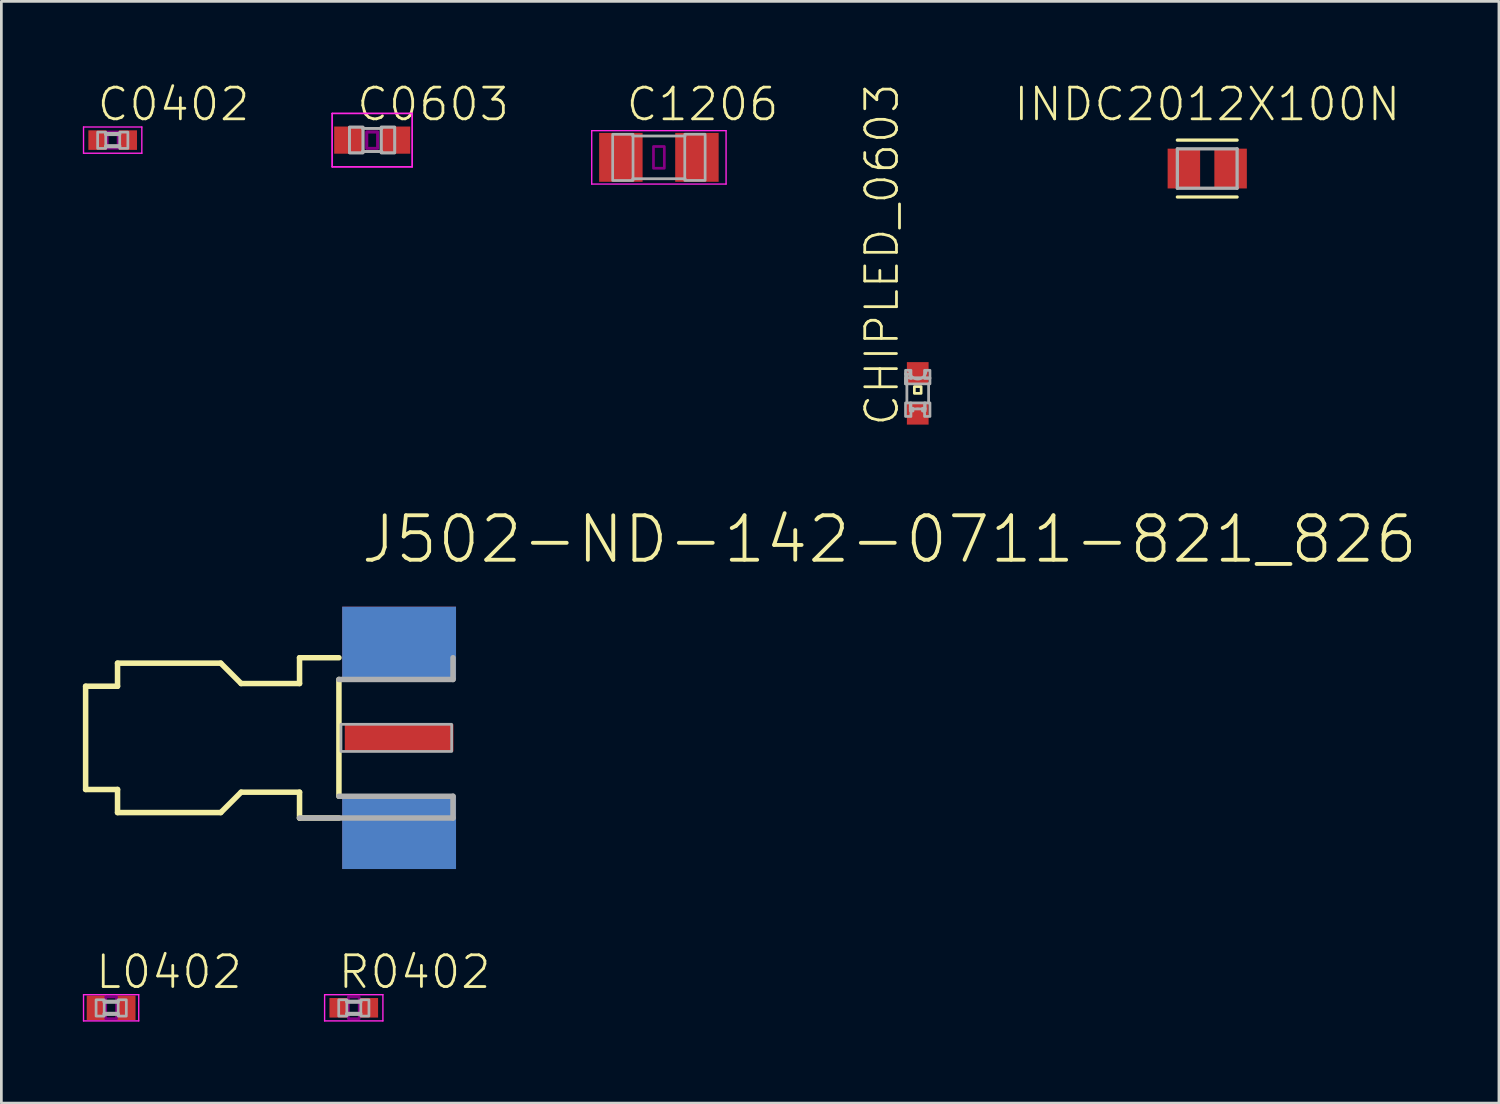
<source format=kicad_pcb>
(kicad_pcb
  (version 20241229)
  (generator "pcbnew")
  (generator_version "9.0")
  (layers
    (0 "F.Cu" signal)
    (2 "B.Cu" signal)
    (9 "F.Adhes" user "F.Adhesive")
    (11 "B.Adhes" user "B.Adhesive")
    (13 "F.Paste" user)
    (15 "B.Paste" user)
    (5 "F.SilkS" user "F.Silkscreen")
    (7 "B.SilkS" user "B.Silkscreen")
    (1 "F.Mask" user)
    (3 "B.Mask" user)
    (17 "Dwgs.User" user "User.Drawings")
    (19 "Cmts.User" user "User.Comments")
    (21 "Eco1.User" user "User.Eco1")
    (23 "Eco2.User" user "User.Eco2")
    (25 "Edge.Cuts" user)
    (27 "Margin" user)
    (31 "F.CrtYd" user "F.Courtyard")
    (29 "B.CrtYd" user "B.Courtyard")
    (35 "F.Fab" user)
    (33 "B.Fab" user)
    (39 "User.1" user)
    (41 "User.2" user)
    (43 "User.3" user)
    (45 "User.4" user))
  (footprint "R0402"
    (layer "F.Cu")
    (at 9.973 34.05)
    (property "Reference" "R0402" (at -0.635 -0.635 0) (layer "F.SilkS") (effects (font (size 1.168 1.168) (thickness 0.102)) (justify left bottom)))
    (fp_poly (pts (xy -0.2 0.4) (xy 0.2 0.4) (xy 0.2 -0.4) (xy -0.2 -0.4)) (stroke (width 0.1) (type solid)) (fill no) (layer "F.Adhes"))
    (fp_line (start -1.073 -0.483) (end 1.073 -0.483) (stroke (width 0.051) (type solid)) (layer "F.CrtYd"))
    (fp_line (start -1.073 0.483) (end -1.073 -0.483) (stroke (width 0.051) (type solid)) (layer "F.CrtYd"))
    (fp_line (start 1.073 -0.483) (end 1.073 0.483) (stroke (width 0.051) (type solid)) (layer "F.CrtYd"))
    (fp_line (start 1.073 0.483) (end -1.073 0.483) (stroke (width 0.051) (type solid)) (layer "F.CrtYd"))
    (fp_line (start -0.245 -0.224) (end 0.245 -0.224) (stroke (width 0.152) (type solid)) (layer "F.Fab"))
    (fp_line (start 0.245 0.224) (end -0.245 0.224) (stroke (width 0.152) (type solid)) (layer "F.Fab"))
    (fp_poly (pts (xy -0.554 0.305) (xy -0.254 0.305) (xy -0.254 -0.295) (xy -0.554 -0.295)) (stroke (width 0.1) (type solid)) (fill no) (layer "F.Fab"))
    (fp_poly (pts (xy 0.259 0.305) (xy 0.559 0.305) (xy 0.559 -0.295) (xy 0.259 -0.295)) (stroke (width 0.1) (type solid)) (fill no) (layer "F.Fab"))
    (pad "1" smd rect (at -0.56 0) (size 0.67 0.72) (layers "F.Cu" "F.Mask" "F.Paste"))
    (pad "2" smd rect (at 0.56 0) (size 0.67 0.72) (layers "F.Cu" "F.Mask" "F.Paste")))
  (footprint "J502-ND-142-0711-821_826"
    (layer "F.Cu")
    (at 9.527 24.113)
    (property "Reference" "J502-ND-142-0711-821_826" (at 0.635 -6.35 0) (layer "F.SilkS") (effects (font (size 1.636 1.636) (thickness 0.142)) (justify left bottom)))
    (fp_line (start -9.425 -1.9) (end -8.25 -1.9) (stroke (width 0.203) (type solid)) (layer "F.SilkS"))
    (fp_line (start -9.425 1.9) (end -9.425 -1.9) (stroke (width 0.203) (type solid)) (layer "F.SilkS"))
    (fp_line (start -8.25 -2.75) (end -4.45 -2.75) (stroke (width 0.203) (type solid)) (layer "F.SilkS"))
    (fp_line (start -8.25 -1.9) (end -8.25 -2.75) (stroke (width 0.203) (type solid)) (layer "F.SilkS"))
    (fp_line (start -8.25 1.9) (end -9.425 1.9) (stroke (width 0.203) (type solid)) (layer "F.SilkS"))
    (fp_line (start -8.25 2.75) (end -8.25 1.9) (stroke (width 0.203) (type solid)) (layer "F.SilkS"))
    (fp_line (start -4.45 -2.75) (end -3.7 -2) (stroke (width 0.203) (type solid)) (layer "F.SilkS"))
    (fp_line (start -4.45 2.75) (end -8.25 2.75) (stroke (width 0.203) (type solid)) (layer "F.SilkS"))
    (fp_line (start -3.7 -2) (end -1.55 -2) (stroke (width 0.203) (type solid)) (layer "F.SilkS"))
    (fp_line (start -3.7 2) (end -4.45 2.75) (stroke (width 0.203) (type solid)) (layer "F.SilkS"))
    (fp_line (start -1.55 -2.95) (end -0.1 -2.95) (stroke (width 0.203) (type solid)) (layer "F.SilkS"))
    (fp_line (start -1.55 -2) (end -1.55 -2.95) (stroke (width 0.203) (type solid)) (layer "F.SilkS"))
    (fp_line (start -1.55 2) (end -3.7 2) (stroke (width 0.203) (type solid)) (layer "F.SilkS"))
    (fp_line (start -1.55 2.95) (end -1.55 2) (stroke (width 0.203) (type solid)) (layer "F.SilkS"))
    (fp_line (start -0.1 2.15) (end -0.1 -2.15) (stroke (width 0.203) (type solid)) (layer "F.SilkS"))
    (fp_line (start -0.1 2.95) (end -1.55 2.95) (stroke (width 0.203) (type solid)) (layer "F.SilkS"))
    (fp_line (start -0.1 -2.15) (end 4.1 -2.15) (stroke (width 0.203) (type solid)) (layer "F.Fab"))
    (fp_line (start 4.1 -2.15) (end 4.1 -2.95) (stroke (width 0.203) (type solid)) (layer "F.Fab"))
    (fp_line (start 4.1 2.15) (end -0.1 2.15) (stroke (width 0.203) (type solid)) (layer "F.Fab"))
    (fp_line (start 4.1 2.95) (end -1.55 2.95) (stroke (width 0.203) (type solid)) (layer "F.Fab"))
    (fp_line (start 4.1 2.95) (end 4.1 2.15) (stroke (width 0.203) (type solid)) (layer "F.Fab"))
    (fp_poly (pts (xy -0.025 0.5) (xy 4.05 0.5) (xy 4.05 -0.5) (xy -0.025 -0.5)) (stroke (width 0.1) (type solid)) (fill no) (layer "F.Fab"))
    (pad "1" smd rect (at 2.115 0) (size 4 1) (layers "F.Cu" "F.Mask" "F.Paste"))
    (pad "G@1" smd rect (at 2.115 -3.495) (size 4.191 2.667) (layers "F.Cu" "F.Mask" "F.Paste"))
    (pad "G@2" smd rect (at 2.115 3.495) (size 4.191 2.667) (layers "F.Cu" "F.Mask" "F.Paste"))
    (pad "G@3" smd rect (at 2.115 -3.495) (size 4.191 2.667) (layers "B.Cu" "B.Mask" "B.Paste"))
    (pad "G@4" smd rect (at 2.115 3.495) (size 4.191 2.667) (layers "B.Cu" "B.Mask" "B.Paste")))
  (footprint "L0402"
    (layer "F.Cu")
    (at 1.041 34.05)
    (property "Reference" "L0402" (at -0.635 -0.635 0) (layer "F.SilkS") (effects (font (size 1.168 1.168) (thickness 0.102)) (justify left bottom)))
    (fp_poly (pts (xy -0.2 0.4) (xy 0.2 0.4) (xy 0.2 -0.4) (xy -0.2 -0.4)) (stroke (width 0.1) (type solid)) (fill no) (layer "F.Adhes"))
    (fp_line (start -1.016 -0.483) (end 1.016 -0.483) (stroke (width 0.051) (type solid)) (layer "F.CrtYd"))
    (fp_line (start -1.016 0.483) (end -1.016 -0.483) (stroke (width 0.051) (type solid)) (layer "F.CrtYd"))
    (fp_line (start 1.016 -0.483) (end 1.016 0.483) (stroke (width 0.051) (type solid)) (layer "F.CrtYd"))
    (fp_line (start 1.016 0.483) (end -1.016 0.483) (stroke (width 0.051) (type solid)) (layer "F.CrtYd"))
    (fp_line (start -0.245 -0.224) (end 0.245 -0.224) (stroke (width 0.152) (type solid)) (layer "F.Fab"))
    (fp_line (start 0.245 0.224) (end -0.245 0.224) (stroke (width 0.152) (type solid)) (layer "F.Fab"))
    (fp_poly (pts (xy -0.554 0.305) (xy -0.254 0.305) (xy -0.254 -0.295) (xy -0.554 -0.295)) (stroke (width 0.1) (type solid)) (fill no) (layer "F.Fab"))
    (fp_poly (pts (xy 0.259 0.305) (xy 0.559 0.305) (xy 0.559 -0.295) (xy 0.259 -0.295)) (stroke (width 0.1) (type solid)) (fill no) (layer "F.Fab"))
    (pad "1" smd rect (at -0.548 0) (size 0.7 0.9) (layers "F.Cu" "F.Mask" "F.Paste"))
    (pad "2" smd rect (at 0.548 0) (size 0.7 0.9) (layers "F.Cu" "F.Mask" "F.Paste")))
  (footprint "C1206"
    (layer "F.Cu")
    (at 21.206 2.743)
    (property "Reference" "C1206" (at -1.27 -1.27 0) (layer "F.SilkS") (effects (font (size 1.168 1.168) (thickness 0.102)) (justify left bottom)))
    (fp_poly (pts (xy -0.2 0.4) (xy 0.2 0.4) (xy 0.2 -0.4) (xy -0.2 -0.4)) (stroke (width 0.1) (type solid)) (fill no) (layer "F.Adhes"))
    (fp_line (start -2.473 -0.983) (end 2.473 -0.983) (stroke (width 0.051) (type solid)) (layer "F.CrtYd"))
    (fp_line (start -2.473 0.983) (end -2.473 -0.983) (stroke (width 0.051) (type solid)) (layer "F.CrtYd"))
    (fp_line (start 2.473 -0.983) (end 2.473 0.983) (stroke (width 0.051) (type solid)) (layer "F.CrtYd"))
    (fp_line (start 2.473 0.983) (end -2.473 0.983) (stroke (width 0.051) (type solid)) (layer "F.CrtYd"))
    (fp_line (start -0.965 -0.787) (end 0.965 -0.787) (stroke (width 0.102) (type solid)) (layer "F.Fab"))
    (fp_line (start -0.965 0.787) (end 0.965 0.787) (stroke (width 0.102) (type solid)) (layer "F.Fab"))
    (fp_poly (pts (xy -1.702 0.851) (xy -0.952 0.851) (xy -0.952 -0.849) (xy -1.702 -0.849)) (stroke (width 0.1) (type solid)) (fill no) (layer "F.Fab"))
    (fp_poly (pts (xy 0.952 0.849) (xy 1.702 0.849) (xy 1.702 -0.851) (xy 0.952 -0.851)) (stroke (width 0.1) (type solid)) (fill no) (layer "F.Fab"))
    (pad "1" smd rect (at -1.4 0) (size 1.6 1.8) (layers "F.Cu" "F.Mask" "F.Paste"))
    (pad "2" smd rect (at 1.4 0) (size 1.6 1.8) (layers "F.Cu" "F.Mask" "F.Paste")))
  (footprint "CHIPLED_0603"
    (layer "F.Cu")
    (at 30.735 11.431)
    (property "Reference" "CHIPLED_0603" (at -0.635 1.27 90) (layer "F.SilkS") (effects (font (size 1.168 1.168) (thickness 0.102)) (justify left bottom)))
    (fp_poly (pts (xy -0.125 0) (xy 0.125 0) (xy 0.125 -0.25) (xy -0.125 -0.25)) (stroke (width 0.1) (type solid)) (fill no) (layer "F.SilkS"))
    (fp_line (start -0.4 -0.375) (end -0.4 0.35) (stroke (width 0.102) (type solid)) (layer "F.Fab"))
    (fp_line (start 0.4 -0.35) (end 0.4 0.35) (stroke (width 0.102) (type solid)) (layer "F.Fab"))
    (fp_arc (start -0.275 0.825) (mid 0 0.55) (end 0.275 0.825) (stroke (width 0.0508) (type solid)) (layer "F.Fab"))
    (fp_arc (start 0.3 -0.799998) (mid -0.000001 -0.524966) (end -0.3 -0.8) (stroke (width 0.1016) (type solid)) (layer "F.Fab"))
    (fp_circle (center -0.35 -0.625) (end -0.275 -0.625) (stroke (width 0.051) (type solid)) (fill no) (layer "F.Fab"))
    (fp_poly (pts (xy -0.45 -0.7) (xy -0.25 -0.7) (xy -0.25 -0.85) (xy -0.45 -0.85)) (stroke (width 0.1) (type solid)) (fill no) (layer "F.Fab"))
    (fp_poly (pts (xy -0.45 -0.35) (xy -0.4 -0.35) (xy -0.4 -0.725) (xy -0.45 -0.725)) (stroke (width 0.1) (type solid)) (fill no) (layer "F.Fab"))
    (fp_poly (pts (xy -0.45 -0.35) (xy 0.45 -0.35) (xy 0.45 -0.575) (xy -0.45 -0.575)) (stroke (width 0.1) (type solid)) (fill no) (layer "F.Fab"))
    (fp_poly (pts (xy -0.45 0.85) (xy -0.25 0.85) (xy -0.25 0.35) (xy -0.45 0.35)) (stroke (width 0.1) (type solid)) (fill no) (layer "F.Fab"))
    (fp_poly (pts (xy -0.275 -0.55) (xy -0.225 -0.55) (xy -0.225 -0.6) (xy -0.275 -0.6)) (stroke (width 0.1) (type solid)) (fill no) (layer "F.Fab"))
    (fp_poly (pts (xy -0.275 0.575) (xy 0.275 0.575) (xy 0.275 0.35) (xy -0.275 0.35)) (stroke (width 0.1) (type solid)) (fill no) (layer "F.Fab"))
    (fp_poly (pts (xy -0.275 0.65) (xy -0.175 0.65) (xy -0.175 0.55) (xy -0.275 0.55)) (stroke (width 0.1) (type solid)) (fill no) (layer "F.Fab"))
    (fp_poly (pts (xy 0.175 0.65) (xy 0.275 0.65) (xy 0.275 0.55) (xy 0.175 0.55)) (stroke (width 0.1) (type solid)) (fill no) (layer "F.Fab"))
    (fp_poly (pts (xy 0.25 -0.55) (xy 0.45 -0.55) (xy 0.45 -0.85) (xy 0.25 -0.85)) (stroke (width 0.1) (type solid)) (fill no) (layer "F.Fab"))
    (fp_poly (pts (xy 0.25 0.85) (xy 0.45 0.85) (xy 0.45 0.35) (xy 0.25 0.35)) (stroke (width 0.1) (type solid)) (fill no) (layer "F.Fab"))
    (pad "A" smd rect (at 0 0.75) (size 0.8 0.8) (layers "F.Cu" "F.Mask" "F.Paste"))
    (pad "C" smd rect (at 0 -0.75) (size 0.8 0.8) (layers "F.Cu" "F.Mask" "F.Paste")))
  (footprint "C0603"
    (layer "F.Cu")
    (at 10.652 2.108)
    (property "Reference" "C0603" (at -0.635 -0.635 0) (layer "F.SilkS") (effects (font (size 1.168 1.168) (thickness 0.102)) (justify left bottom)))
    (fp_poly (pts (xy -0.2 0.3) (xy 0.2 0.3) (xy 0.2 -0.3) (xy -0.2 -0.3)) (stroke (width 0.1) (type solid)) (fill no) (layer "F.Adhes"))
    (fp_poly (pts (xy -0.2 0.3) (xy 0.2 0.3) (xy 0.2 -0.3) (xy -0.2 -0.3)) (stroke (width 0.1) (type solid)) (fill no) (layer "F.Adhes"))
    (fp_line (start -1.473 -0.983) (end 1.473 -0.983) (stroke (width 0.051) (type solid)) (layer "F.CrtYd"))
    (fp_line (start -1.473 -0.983) (end 1.473 -0.983) (stroke (width 0.051) (type solid)) (layer "F.CrtYd"))
    (fp_line (start -1.473 0.983) (end -1.473 -0.983) (stroke (width 0.051) (type solid)) (layer "F.CrtYd"))
    (fp_line (start -1.473 0.983) (end -1.473 -0.983) (stroke (width 0.051) (type solid)) (layer "F.CrtYd"))
    (fp_line (start 1.473 -0.983) (end 1.473 0.983) (stroke (width 0.051) (type solid)) (layer "F.CrtYd"))
    (fp_line (start 1.473 -0.983) (end 1.473 0.983) (stroke (width 0.051) (type solid)) (layer "F.CrtYd"))
    (fp_line (start 1.473 0.983) (end -1.473 0.983) (stroke (width 0.051) (type solid)) (layer "F.CrtYd"))
    (fp_line (start 1.473 0.983) (end -1.473 0.983) (stroke (width 0.051) (type solid)) (layer "F.CrtYd"))
    (fp_line (start -0.356 -0.432) (end 0.356 -0.432) (stroke (width 0.102) (type solid)) (layer "F.Fab"))
    (fp_line (start -0.356 -0.432) (end 0.356 -0.432) (stroke (width 0.102) (type solid)) (layer "F.Fab"))
    (fp_line (start -0.356 0.419) (end 0.356 0.419) (stroke (width 0.102) (type solid)) (layer "F.Fab"))
    (fp_line (start -0.356 0.419) (end 0.356 0.419) (stroke (width 0.102) (type solid)) (layer "F.Fab"))
    (fp_poly (pts (xy -0.838 0.47) (xy -0.338 0.47) (xy -0.338 -0.48) (xy -0.838 -0.48)) (stroke (width 0.1) (type solid)) (fill no) (layer "F.Fab"))
    (fp_poly (pts (xy -0.838 0.47) (xy -0.338 0.47) (xy -0.338 -0.48) (xy -0.838 -0.48)) (stroke (width 0.1) (type solid)) (fill no) (layer "F.Fab"))
    (fp_poly (pts (xy 0.33 0.47) (xy 0.83 0.47) (xy 0.83 -0.48) (xy 0.33 -0.48)) (stroke (width 0.1) (type solid)) (fill no) (layer "F.Fab"))
    (fp_poly (pts (xy 0.33 0.47) (xy 0.83 0.47) (xy 0.83 -0.48) (xy 0.33 -0.48)) (stroke (width 0.1) (type solid)) (fill no) (layer "F.Fab"))
    (pad "1" smd rect (at -0.85 0) (size 1.1 1) (layers "F.Cu" "F.Mask" "F.Paste"))
    (pad "2" smd rect (at 0.85 0) (size 1.1 1) (layers "F.Cu" "F.Mask" "F.Paste")))
  (footprint "C0402"
    (layer "F.Cu")
    (at 1.098 2.108)
    (property "Reference" "C0402" (at -0.635 -0.635 0) (layer "F.SilkS") (effects (font (size 1.168 1.168) (thickness 0.102)) (justify left bottom)))
    (fp_poly (pts (xy -0.2 0.3) (xy 0.2 0.3) (xy 0.2 -0.3) (xy -0.2 -0.3)) (stroke (width 0.1) (type solid)) (fill no) (layer "F.Adhes"))
    (fp_line (start -1.073 -0.483) (end 1.073 -0.483) (stroke (width 0.051) (type solid)) (layer "F.CrtYd"))
    (fp_line (start -1.073 0.483) (end -1.073 -0.483) (stroke (width 0.051) (type solid)) (layer "F.CrtYd"))
    (fp_line (start 1.073 -0.483) (end 1.073 0.483) (stroke (width 0.051) (type solid)) (layer "F.CrtYd"))
    (fp_line (start 1.073 0.483) (end -1.073 0.483) (stroke (width 0.051) (type solid)) (layer "F.CrtYd"))
    (fp_line (start -0.245 -0.224) (end 0.245 -0.224) (stroke (width 0.152) (type solid)) (layer "F.Fab"))
    (fp_line (start 0.245 0.224) (end -0.245 0.224) (stroke (width 0.152) (type solid)) (layer "F.Fab"))
    (fp_poly (pts (xy -0.554 0.305) (xy -0.254 0.305) (xy -0.254 -0.295) (xy -0.554 -0.295)) (stroke (width 0.1) (type solid)) (fill no) (layer "F.Fab"))
    (fp_poly (pts (xy 0.259 0.305) (xy 0.559 0.305) (xy 0.559 -0.295) (xy 0.259 -0.295)) (stroke (width 0.1) (type solid)) (fill no) (layer "F.Fab"))
    (pad "1" smd rect (at -0.56 0) (size 0.67 0.72) (layers "F.Cu" "F.Mask" "F.Paste"))
    (pad "2" smd rect (at 0.56 0) (size 0.67 0.72) (layers "F.Cu" "F.Mask" "F.Paste")))
  (footprint "INDC2012X100N"
    (layer "F.Cu")
    (at 41.392 3.155)
    (property "Reference" "INDC2012X100N" (at 0 -1.682 0) (layer "F.SilkS") (effects (font (size 1.168 1.168) (thickness 0.102)) (justify bottom)))
    (fp_line (start 1.1 -1.047) (end -1.1 -1.047) (stroke (width 0.12) (type solid)) (layer "F.SilkS"))
    (fp_line (start 1.1 1.047) (end -1.1 1.047) (stroke (width 0.12) (type solid)) (layer "F.SilkS"))
    (fp_line (start -1.1 -0.725) (end 1.1 -0.725) (stroke (width 0.12) (type solid)) (layer "F.Fab"))
    (fp_line (start -1.1 0.725) (end -1.1 -0.725) (stroke (width 0.12) (type solid)) (layer "F.Fab"))
    (fp_line (start 1.1 -0.725) (end 1.1 0.725) (stroke (width 0.12) (type solid)) (layer "F.Fab"))
    (fp_line (start 1.1 0.725) (end -1.1 0.725) (stroke (width 0.12) (type solid)) (layer "F.Fab"))
    (pad "1" smd rect (at -0.86 0) (size 1.196 1.465) (layers "F.Cu" "F.Mask" "F.Paste"))
    (pad "2" smd rect (at 0.86 0) (size 1.196 1.465) (layers "F.Cu" "F.Mask" "F.Paste")))
  (gr_rect
    (start -3 -3)
    (end 52.13 37.558)
    (stroke (width 0.1) (type default))
    (fill no)
    (layer "Edge.Cuts")))
</source>
